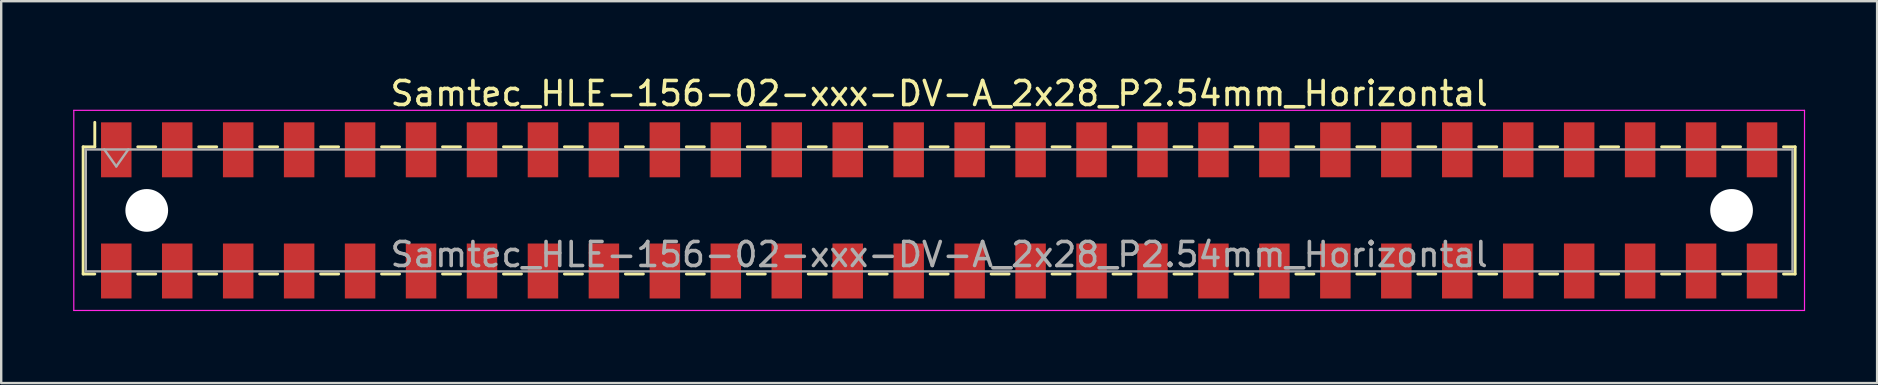
<source format=kicad_pcb>
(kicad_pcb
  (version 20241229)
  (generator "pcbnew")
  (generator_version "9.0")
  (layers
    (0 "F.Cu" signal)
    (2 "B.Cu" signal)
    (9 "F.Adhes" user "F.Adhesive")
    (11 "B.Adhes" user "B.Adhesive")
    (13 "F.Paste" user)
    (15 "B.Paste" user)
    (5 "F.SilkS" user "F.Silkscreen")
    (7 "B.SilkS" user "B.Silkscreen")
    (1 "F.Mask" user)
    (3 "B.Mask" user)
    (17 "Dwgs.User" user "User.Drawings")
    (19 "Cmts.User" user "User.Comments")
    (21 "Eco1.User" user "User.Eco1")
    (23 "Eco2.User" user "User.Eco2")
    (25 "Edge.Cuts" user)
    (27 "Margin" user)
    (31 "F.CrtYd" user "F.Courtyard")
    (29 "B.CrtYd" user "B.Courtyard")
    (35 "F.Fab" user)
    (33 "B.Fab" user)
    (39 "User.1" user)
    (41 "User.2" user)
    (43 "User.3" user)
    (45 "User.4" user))
  (footprint "Samtec_HLE-156-02-xxx-DV-A_2x28_P2.54mm_Horizontal"
    (layer "F.Cu")
    (at 36.085 5.718)
    (property "Reference" "Samtec_HLE-156-02-xxx-DV-A_2x28_P2.54mm_Horizontal" (at 0 -4.87 0) (layer "F.SilkS") (effects (font (size 1 1) (thickness 0.15))))
    (attr smd)
    (fp_line (start -35.67 -2.65) (end -35.67 2.65) (stroke (width 0.12) (type solid)) (layer "F.SilkS"))
    (fp_line (start -35.67 2.65) (end -35.185 2.65) (stroke (width 0.12) (type solid)) (layer "F.SilkS"))
    (fp_line (start -35.185 -3.67) (end -35.185 -2.65) (stroke (width 0.12) (type solid)) (layer "F.SilkS"))
    (fp_line (start -35.185 -2.65) (end -35.67 -2.65) (stroke (width 0.12) (type solid)) (layer "F.SilkS"))
    (fp_line (start -33.395 -2.65) (end -32.645 -2.65) (stroke (width 0.12) (type solid)) (layer "F.SilkS"))
    (fp_line (start -33.395 2.65) (end -32.645 2.65) (stroke (width 0.12) (type solid)) (layer "F.SilkS"))
    (fp_line (start -30.855 -2.65) (end -30.105 -2.65) (stroke (width 0.12) (type solid)) (layer "F.SilkS"))
    (fp_line (start -30.855 2.65) (end -30.105 2.65) (stroke (width 0.12) (type solid)) (layer "F.SilkS"))
    (fp_line (start -28.315 -2.65) (end -27.565 -2.65) (stroke (width 0.12) (type solid)) (layer "F.SilkS"))
    (fp_line (start -28.315 2.65) (end -27.565 2.65) (stroke (width 0.12) (type solid)) (layer "F.SilkS"))
    (fp_line (start -25.775 -2.65) (end -25.025 -2.65) (stroke (width 0.12) (type solid)) (layer "F.SilkS"))
    (fp_line (start -25.775 2.65) (end -25.025 2.65) (stroke (width 0.12) (type solid)) (layer "F.SilkS"))
    (fp_line (start -23.235 -2.65) (end -22.485 -2.65) (stroke (width 0.12) (type solid)) (layer "F.SilkS"))
    (fp_line (start -23.235 2.65) (end -22.485 2.65) (stroke (width 0.12) (type solid)) (layer "F.SilkS"))
    (fp_line (start -20.695 -2.65) (end -19.945 -2.65) (stroke (width 0.12) (type solid)) (layer "F.SilkS"))
    (fp_line (start -20.695 2.65) (end -19.945 2.65) (stroke (width 0.12) (type solid)) (layer "F.SilkS"))
    (fp_line (start -18.155 -2.65) (end -17.405 -2.65) (stroke (width 0.12) (type solid)) (layer "F.SilkS"))
    (fp_line (start -18.155 2.65) (end -17.405 2.65) (stroke (width 0.12) (type solid)) (layer "F.SilkS"))
    (fp_line (start -15.615 -2.65) (end -14.865 -2.65) (stroke (width 0.12) (type solid)) (layer "F.SilkS"))
    (fp_line (start -15.615 2.65) (end -14.865 2.65) (stroke (width 0.12) (type solid)) (layer "F.SilkS"))
    (fp_line (start -13.075 -2.65) (end -12.325 -2.65) (stroke (width 0.12) (type solid)) (layer "F.SilkS"))
    (fp_line (start -13.075 2.65) (end -12.325 2.65) (stroke (width 0.12) (type solid)) (layer "F.SilkS"))
    (fp_line (start -10.535 -2.65) (end -9.785 -2.65) (stroke (width 0.12) (type solid)) (layer "F.SilkS"))
    (fp_line (start -10.535 2.65) (end -9.785 2.65) (stroke (width 0.12) (type solid)) (layer "F.SilkS"))
    (fp_line (start -7.995 -2.65) (end -7.245 -2.65) (stroke (width 0.12) (type solid)) (layer "F.SilkS"))
    (fp_line (start -7.995 2.65) (end -7.245 2.65) (stroke (width 0.12) (type solid)) (layer "F.SilkS"))
    (fp_line (start -5.455 -2.65) (end -4.705 -2.65) (stroke (width 0.12) (type solid)) (layer "F.SilkS"))
    (fp_line (start -5.455 2.65) (end -4.705 2.65) (stroke (width 0.12) (type solid)) (layer "F.SilkS"))
    (fp_line (start -2.915 -2.65) (end -2.165 -2.65) (stroke (width 0.12) (type solid)) (layer "F.SilkS"))
    (fp_line (start -2.915 2.65) (end -2.165 2.65) (stroke (width 0.12) (type solid)) (layer "F.SilkS"))
    (fp_line (start -0.375 -2.65) (end 0.375 -2.65) (stroke (width 0.12) (type solid)) (layer "F.SilkS"))
    (fp_line (start -0.375 2.65) (end 0.375 2.65) (stroke (width 0.12) (type solid)) (layer "F.SilkS"))
    (fp_line (start 2.165 -2.65) (end 2.915 -2.65) (stroke (width 0.12) (type solid)) (layer "F.SilkS"))
    (fp_line (start 2.165 2.65) (end 2.915 2.65) (stroke (width 0.12) (type solid)) (layer "F.SilkS"))
    (fp_line (start 4.705 -2.65) (end 5.455 -2.65) (stroke (width 0.12) (type solid)) (layer "F.SilkS"))
    (fp_line (start 4.705 2.65) (end 5.455 2.65) (stroke (width 0.12) (type solid)) (layer "F.SilkS"))
    (fp_line (start 7.245 -2.65) (end 7.995 -2.65) (stroke (width 0.12) (type solid)) (layer "F.SilkS"))
    (fp_line (start 7.245 2.65) (end 7.995 2.65) (stroke (width 0.12) (type solid)) (layer "F.SilkS"))
    (fp_line (start 9.785 -2.65) (end 10.535 -2.65) (stroke (width 0.12) (type solid)) (layer "F.SilkS"))
    (fp_line (start 9.785 2.65) (end 10.535 2.65) (stroke (width 0.12) (type solid)) (layer "F.SilkS"))
    (fp_line (start 12.325 -2.65) (end 13.075 -2.65) (stroke (width 0.12) (type solid)) (layer "F.SilkS"))
    (fp_line (start 12.325 2.65) (end 13.075 2.65) (stroke (width 0.12) (type solid)) (layer "F.SilkS"))
    (fp_line (start 14.865 -2.65) (end 15.615 -2.65) (stroke (width 0.12) (type solid)) (layer "F.SilkS"))
    (fp_line (start 14.865 2.65) (end 15.615 2.65) (stroke (width 0.12) (type solid)) (layer "F.SilkS"))
    (fp_line (start 17.405 -2.65) (end 18.155 -2.65) (stroke (width 0.12) (type solid)) (layer "F.SilkS"))
    (fp_line (start 17.405 2.65) (end 18.155 2.65) (stroke (width 0.12) (type solid)) (layer "F.SilkS"))
    (fp_line (start 19.945 -2.65) (end 20.695 -2.65) (stroke (width 0.12) (type solid)) (layer "F.SilkS"))
    (fp_line (start 19.945 2.65) (end 20.695 2.65) (stroke (width 0.12) (type solid)) (layer "F.SilkS"))
    (fp_line (start 22.485 -2.65) (end 23.235 -2.65) (stroke (width 0.12) (type solid)) (layer "F.SilkS"))
    (fp_line (start 22.485 2.65) (end 23.235 2.65) (stroke (width 0.12) (type solid)) (layer "F.SilkS"))
    (fp_line (start 25.025 -2.65) (end 25.775 -2.65) (stroke (width 0.12) (type solid)) (layer "F.SilkS"))
    (fp_line (start 25.025 2.65) (end 25.775 2.65) (stroke (width 0.12) (type solid)) (layer "F.SilkS"))
    (fp_line (start 27.565 -2.65) (end 28.315 -2.65) (stroke (width 0.12) (type solid)) (layer "F.SilkS"))
    (fp_line (start 27.565 2.65) (end 28.315 2.65) (stroke (width 0.12) (type solid)) (layer "F.SilkS"))
    (fp_line (start 30.105 -2.65) (end 30.855 -2.65) (stroke (width 0.12) (type solid)) (layer "F.SilkS"))
    (fp_line (start 30.105 2.65) (end 30.855 2.65) (stroke (width 0.12) (type solid)) (layer "F.SilkS"))
    (fp_line (start 32.645 -2.65) (end 33.395 -2.65) (stroke (width 0.12) (type solid)) (layer "F.SilkS"))
    (fp_line (start 32.645 2.65) (end 33.395 2.65) (stroke (width 0.12) (type solid)) (layer "F.SilkS"))
    (fp_line (start 35.185 -2.65) (end 35.67 -2.65) (stroke (width 0.12) (type solid)) (layer "F.SilkS"))
    (fp_line (start 35.67 -2.65) (end 35.67 2.65) (stroke (width 0.12) (type solid)) (layer "F.SilkS"))
    (fp_line (start 35.67 2.65) (end 35.185 2.65) (stroke (width 0.12) (type solid)) (layer "F.SilkS"))
    (fp_line (start -36.06 -4.17) (end 36.06 -4.17) (stroke (width 0.05) (type solid)) (layer "F.CrtYd"))
    (fp_line (start -36.06 4.17) (end -36.06 -4.17) (stroke (width 0.05) (type solid)) (layer "F.CrtYd"))
    (fp_line (start 36.06 -4.17) (end 36.06 4.17) (stroke (width 0.05) (type solid)) (layer "F.CrtYd"))
    (fp_line (start 36.06 4.17) (end -36.06 4.17) (stroke (width 0.05) (type solid)) (layer "F.CrtYd"))
    (fp_line (start -35.56 -2.54) (end 35.56 -2.54) (stroke (width 0.1) (type solid)) (layer "F.Fab"))
    (fp_line (start -35.56 2.54) (end -35.56 -2.54) (stroke (width 0.1) (type solid)) (layer "F.Fab"))
    (fp_line (start -34.79 -2.54) (end -34.29 -1.833) (stroke (width 0.1) (type solid)) (layer "F.Fab"))
    (fp_line (start -34.29 -1.833) (end -33.79 -2.54) (stroke (width 0.1) (type solid)) (layer "F.Fab"))
    (fp_line (start 35.56 -2.54) (end 35.56 2.54) (stroke (width 0.1) (type solid)) (layer "F.Fab"))
    (fp_line (start 35.56 2.54) (end -35.56 2.54) (stroke (width 0.1) (type solid)) (layer "F.Fab"))
    (fp_text user "${REFERENCE}" (at 0 1.84 0) (layer "F.Fab") (effects (font (size 1 1) (thickness 0.15))))
    (pad "" np_thru_hole circle (at -33.02 0) (size 1.78 1.78) (drill 1.78) (layers "*.Cu" "*.Mask"))
    (pad "" np_thru_hole circle (at 33.02 0) (size 1.78 1.78) (drill 1.78) (layers "*.Cu" "*.Mask"))
    (pad "1" smd rect (at -34.29 -2.525) (size 1.27 2.29) (layers "F.Cu" "F.Mask" "F.Paste"))
    (pad "2" smd rect (at -34.29 2.525) (size 1.27 2.29) (layers "F.Cu" "F.Mask" "F.Paste"))
    (pad "3" smd rect (at -31.75 -2.525) (size 1.27 2.29) (layers "F.Cu" "F.Mask" "F.Paste"))
    (pad "4" smd rect (at -31.75 2.525) (size 1.27 2.29) (layers "F.Cu" "F.Mask" "F.Paste"))
    (pad "5" smd rect (at -29.21 -2.525) (size 1.27 2.29) (layers "F.Cu" "F.Mask" "F.Paste"))
    (pad "6" smd rect (at -29.21 2.525) (size 1.27 2.29) (layers "F.Cu" "F.Mask" "F.Paste"))
    (pad "7" smd rect (at -26.67 -2.525) (size 1.27 2.29) (layers "F.Cu" "F.Mask" "F.Paste"))
    (pad "8" smd rect (at -26.67 2.525) (size 1.27 2.29) (layers "F.Cu" "F.Mask" "F.Paste"))
    (pad "9" smd rect (at -24.13 -2.525) (size 1.27 2.29) (layers "F.Cu" "F.Mask" "F.Paste"))
    (pad "10" smd rect (at -24.13 2.525) (size 1.27 2.29) (layers "F.Cu" "F.Mask" "F.Paste"))
    (pad "11" smd rect (at -21.59 -2.525) (size 1.27 2.29) (layers "F.Cu" "F.Mask" "F.Paste"))
    (pad "12" smd rect (at -21.59 2.525) (size 1.27 2.29) (layers "F.Cu" "F.Mask" "F.Paste"))
    (pad "13" smd rect (at -19.05 -2.525) (size 1.27 2.29) (layers "F.Cu" "F.Mask" "F.Paste"))
    (pad "14" smd rect (at -19.05 2.525) (size 1.27 2.29) (layers "F.Cu" "F.Mask" "F.Paste"))
    (pad "15" smd rect (at -16.51 -2.525) (size 1.27 2.29) (layers "F.Cu" "F.Mask" "F.Paste"))
    (pad "16" smd rect (at -16.51 2.525) (size 1.27 2.29) (layers "F.Cu" "F.Mask" "F.Paste"))
    (pad "17" smd rect (at -13.97 -2.525) (size 1.27 2.29) (layers "F.Cu" "F.Mask" "F.Paste"))
    (pad "18" smd rect (at -13.97 2.525) (size 1.27 2.29) (layers "F.Cu" "F.Mask" "F.Paste"))
    (pad "19" smd rect (at -11.43 -2.525) (size 1.27 2.29) (layers "F.Cu" "F.Mask" "F.Paste"))
    (pad "20" smd rect (at -11.43 2.525) (size 1.27 2.29) (layers "F.Cu" "F.Mask" "F.Paste"))
    (pad "21" smd rect (at -8.89 -2.525) (size 1.27 2.29) (layers "F.Cu" "F.Mask" "F.Paste"))
    (pad "22" smd rect (at -8.89 2.525) (size 1.27 2.29) (layers "F.Cu" "F.Mask" "F.Paste"))
    (pad "23" smd rect (at -6.35 -2.525) (size 1.27 2.29) (layers "F.Cu" "F.Mask" "F.Paste"))
    (pad "24" smd rect (at -6.35 2.525) (size 1.27 2.29) (layers "F.Cu" "F.Mask" "F.Paste"))
    (pad "25" smd rect (at -3.81 -2.525) (size 1.27 2.29) (layers "F.Cu" "F.Mask" "F.Paste"))
    (pad "26" smd rect (at -3.81 2.525) (size 1.27 2.29) (layers "F.Cu" "F.Mask" "F.Paste"))
    (pad "27" smd rect (at -1.27 -2.525) (size 1.27 2.29) (layers "F.Cu" "F.Mask" "F.Paste"))
    (pad "28" smd rect (at -1.27 2.525) (size 1.27 2.29) (layers "F.Cu" "F.Mask" "F.Paste"))
    (pad "29" smd rect (at 1.27 -2.525) (size 1.27 2.29) (layers "F.Cu" "F.Mask" "F.Paste"))
    (pad "30" smd rect (at 1.27 2.525) (size 1.27 2.29) (layers "F.Cu" "F.Mask" "F.Paste"))
    (pad "31" smd rect (at 3.81 -2.525) (size 1.27 2.29) (layers "F.Cu" "F.Mask" "F.Paste"))
    (pad "32" smd rect (at 3.81 2.525) (size 1.27 2.29) (layers "F.Cu" "F.Mask" "F.Paste"))
    (pad "33" smd rect (at 6.35 -2.525) (size 1.27 2.29) (layers "F.Cu" "F.Mask" "F.Paste"))
    (pad "34" smd rect (at 6.35 2.525) (size 1.27 2.29) (layers "F.Cu" "F.Mask" "F.Paste"))
    (pad "35" smd rect (at 8.89 -2.525) (size 1.27 2.29) (layers "F.Cu" "F.Mask" "F.Paste"))
    (pad "36" smd rect (at 8.89 2.525) (size 1.27 2.29) (layers "F.Cu" "F.Mask" "F.Paste"))
    (pad "37" smd rect (at 11.43 -2.525) (size 1.27 2.29) (layers "F.Cu" "F.Mask" "F.Paste"))
    (pad "38" smd rect (at 11.43 2.525) (size 1.27 2.29) (layers "F.Cu" "F.Mask" "F.Paste"))
    (pad "39" smd rect (at 13.97 -2.525) (size 1.27 2.29) (layers "F.Cu" "F.Mask" "F.Paste"))
    (pad "40" smd rect (at 13.97 2.525) (size 1.27 2.29) (layers "F.Cu" "F.Mask" "F.Paste"))
    (pad "41" smd rect (at 16.51 -2.525) (size 1.27 2.29) (layers "F.Cu" "F.Mask" "F.Paste"))
    (pad "42" smd rect (at 16.51 2.525) (size 1.27 2.29) (layers "F.Cu" "F.Mask" "F.Paste"))
    (pad "43" smd rect (at 19.05 -2.525) (size 1.27 2.29) (layers "F.Cu" "F.Mask" "F.Paste"))
    (pad "44" smd rect (at 19.05 2.525) (size 1.27 2.29) (layers "F.Cu" "F.Mask" "F.Paste"))
    (pad "45" smd rect (at 21.59 -2.525) (size 1.27 2.29) (layers "F.Cu" "F.Mask" "F.Paste"))
    (pad "46" smd rect (at 21.59 2.525) (size 1.27 2.29) (layers "F.Cu" "F.Mask" "F.Paste"))
    (pad "47" smd rect (at 24.13 -2.525) (size 1.27 2.29) (layers "F.Cu" "F.Mask" "F.Paste"))
    (pad "48" smd rect (at 24.13 2.525) (size 1.27 2.29) (layers "F.Cu" "F.Mask" "F.Paste"))
    (pad "49" smd rect (at 26.67 -2.525) (size 1.27 2.29) (layers "F.Cu" "F.Mask" "F.Paste"))
    (pad "50" smd rect (at 26.67 2.525) (size 1.27 2.29) (layers "F.Cu" "F.Mask" "F.Paste"))
    (pad "51" smd rect (at 29.21 -2.525) (size 1.27 2.29) (layers "F.Cu" "F.Mask" "F.Paste"))
    (pad "52" smd rect (at 29.21 2.525) (size 1.27 2.29) (layers "F.Cu" "F.Mask" "F.Paste"))
    (pad "53" smd rect (at 31.75 -2.525) (size 1.27 2.29) (layers "F.Cu" "F.Mask" "F.Paste"))
    (pad "54" smd rect (at 31.75 2.525) (size 1.27 2.29) (layers "F.Cu" "F.Mask" "F.Paste"))
    (pad "55" smd rect (at 34.29 -2.525) (size 1.27 2.29) (layers "F.Cu" "F.Mask" "F.Paste"))
    (pad "56" smd rect (at 34.29 2.525) (size 1.27 2.29) (layers "F.Cu" "F.Mask" "F.Paste")))
  (gr_rect
    (start -3 -3)
    (end 75.17 12.913)
    (stroke (width 0.1) (type default))
    (fill no)
    (layer "Edge.Cuts")))
</source>
